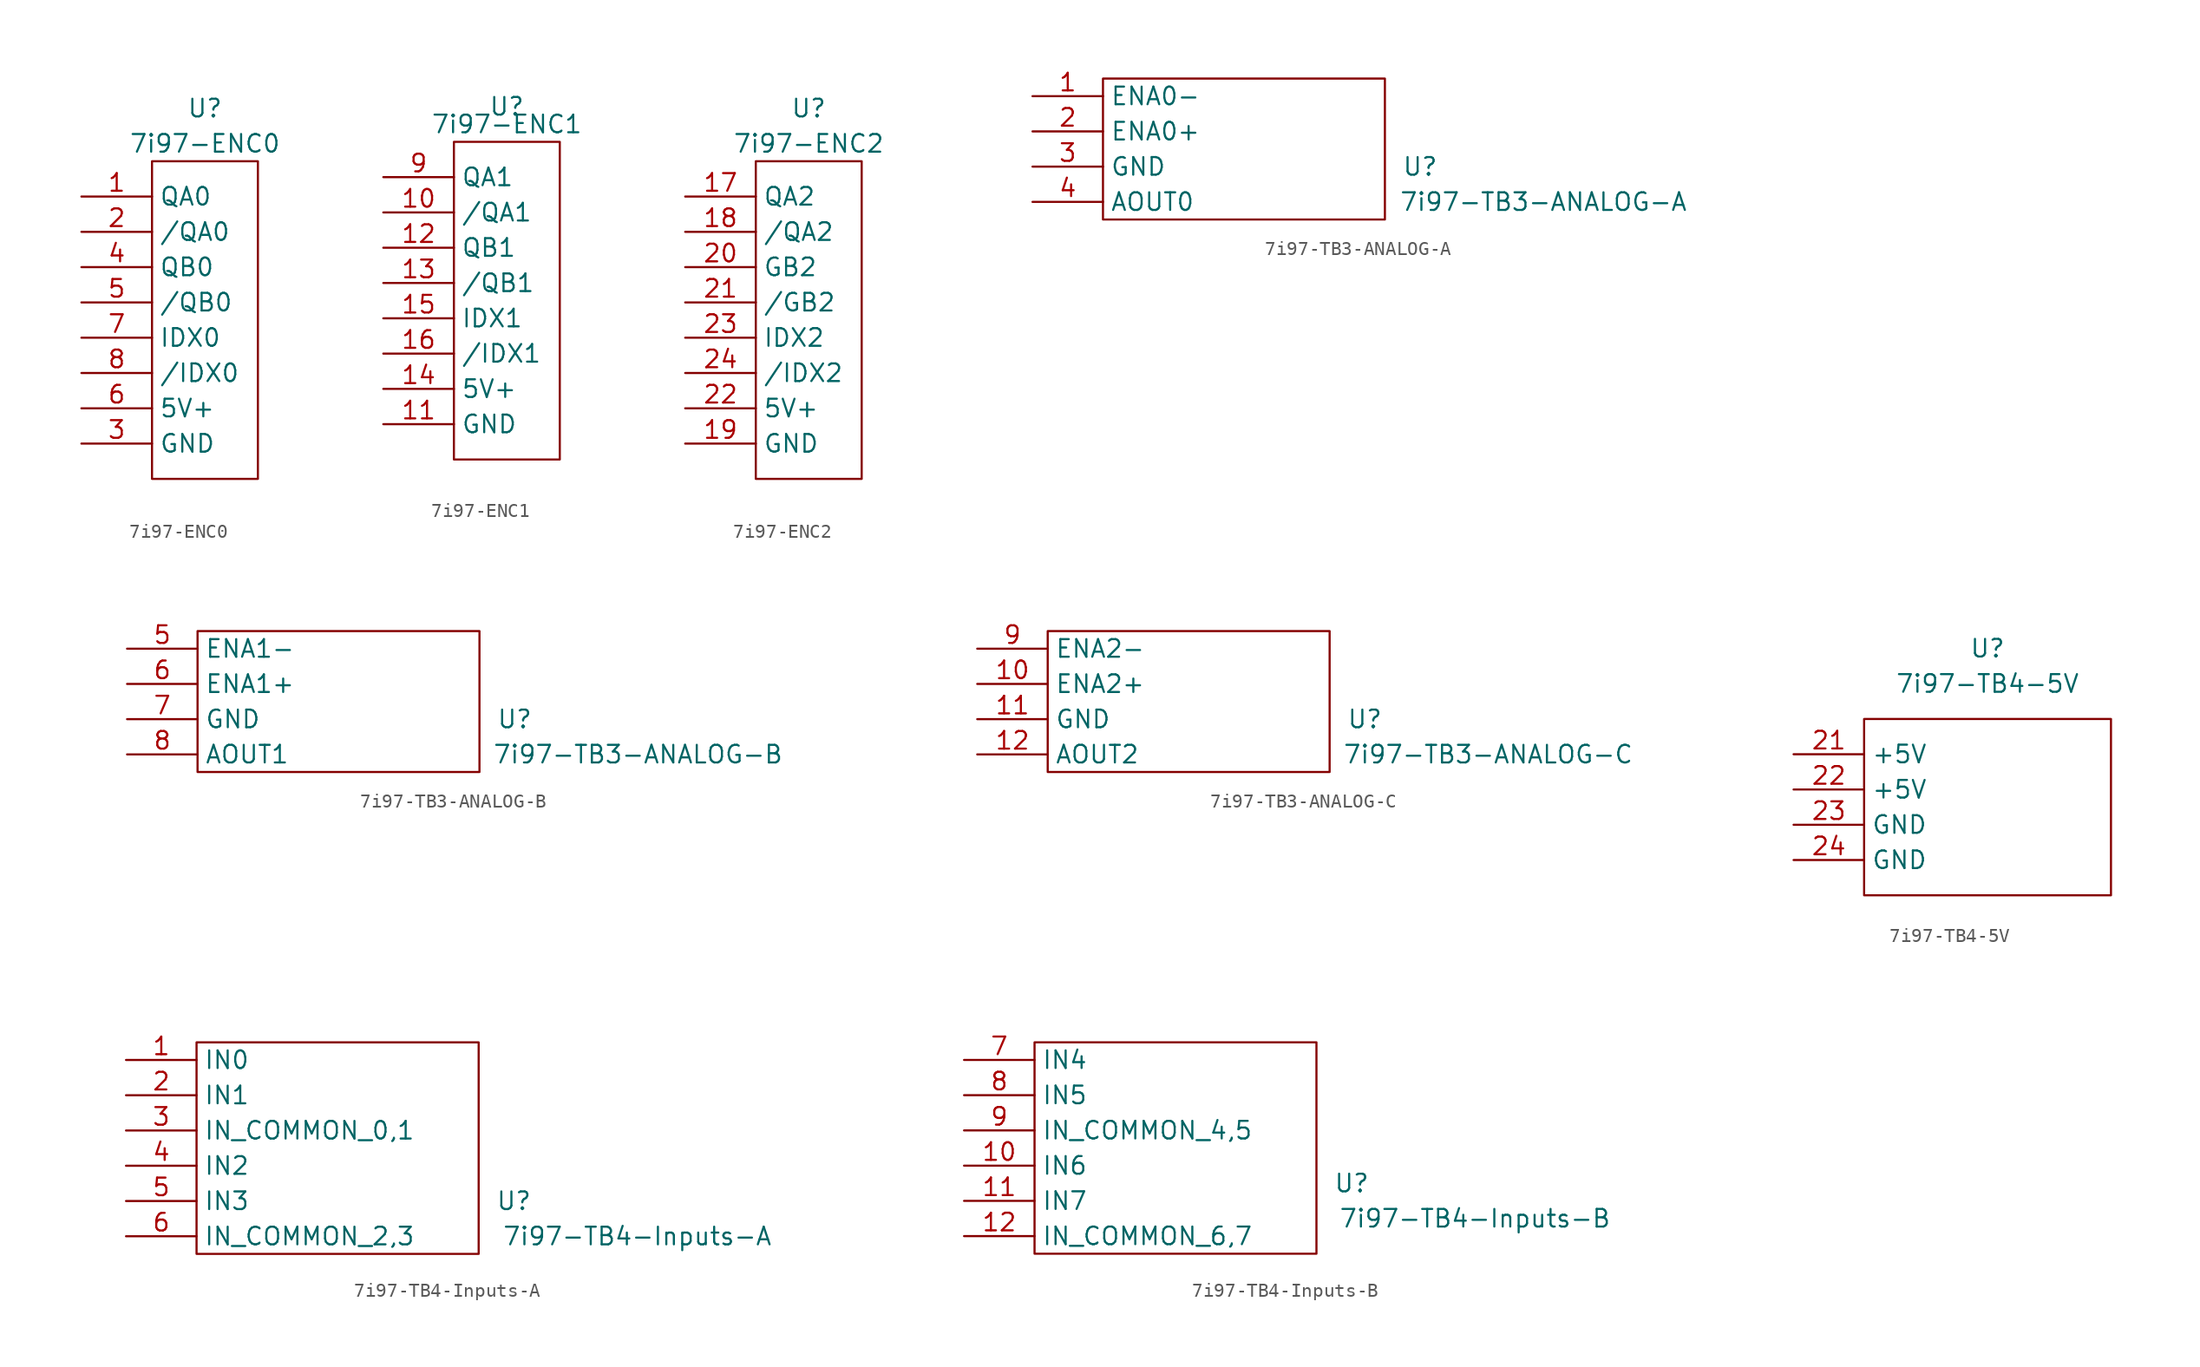
<source format=kicad_sym>
(kicad_symbol_lib
  (version 20220914)
  (generator kicad_symbol_editor)
  (symbol "7i97-ENC0"
    (property "Reference" "U"
      (at 0 15.24 0)
      (effects (font (size 1.27 1.27))))
    (property "Value" "7i97-ENC0"
      (at 0 12.7 0)
      (effects (font (size 1.27 1.27))))
    (symbol "7i97-ENC0_0_1"
      (rectangle (start -3.81 11.43) (end 3.81 -11.43) (stroke (width 0.152) (type default)) (fill (type none))))
    (symbol "7i97-ENC0_1_1"
      (pin passive line (at -8.89 8.89 0) (length 5.08) (name "QA0" (effects (font (size 1.27 1.27)))) (number "1" (effects (font (size 1.27 1.27)))))
      (pin passive line (at -8.89 6.35 0) (length 5.08) (name "/QA0" (effects (font (size 1.27 1.27)))) (number "2" (effects (font (size 1.27 1.27)))))
      (pin passive line (at -8.89 -8.89 0) (length 5.08) (name "GND" (effects (font (size 1.27 1.27)))) (number "3" (effects (font (size 1.27 1.27)))))
      (pin passive line (at -8.89 3.81 0) (length 5.08) (name "QB0" (effects (font (size 1.27 1.27)))) (number "4" (effects (font (size 1.27 1.27)))))
      (pin passive line (at -8.89 1.27 0) (length 5.08) (name "/QB0" (effects (font (size 1.27 1.27)))) (number "5" (effects (font (size 1.27 1.27)))))
      (pin passive line (at -8.89 -6.35 0) (length 5.08) (name "5V+" (effects (font (size 1.27 1.27)))) (number "6" (effects (font (size 1.27 1.27)))))
      (pin passive line (at -8.89 -1.27 0) (length 5.08) (name "IDX0" (effects (font (size 1.27 1.27)))) (number "7" (effects (font (size 1.27 1.27)))))
      (pin passive line (at -8.89 -3.81 0) (length 5.08) (name "/IDX0" (effects (font (size 1.27 1.27)))) (number "8" (effects (font (size 1.27 1.27)))))))
  (symbol "7i97-ENC1"
    (property "Reference" "U"
      (at 0 13.97 0)
      (effects (font (size 1.27 1.27))))
    (property "Value" "7i97-ENC1"
      (at 0 12.7 0)
      (effects (font (size 1.27 1.27))))
    (symbol "7i97-ENC1_0_1"
      (rectangle (start -3.81 11.43) (end 3.81 -11.43) (stroke (width 0.152) (type default)) (fill (type none))))
    (symbol "7i97-ENC1_1_1"
      (pin passive line (at -8.89 6.35 0) (length 5.08) (name "/QA1" (effects (font (size 1.27 1.27)))) (number "10" (effects (font (size 1.27 1.27)))))
      (pin passive line (at -8.89 -8.89 0) (length 5.08) (name "GND" (effects (font (size 1.27 1.27)))) (number "11" (effects (font (size 1.27 1.27)))))
      (pin passive line (at -8.89 3.81 0) (length 5.08) (name "QB1" (effects (font (size 1.27 1.27)))) (number "12" (effects (font (size 1.27 1.27)))))
      (pin passive line (at -8.89 1.27 0) (length 5.08) (name "/QB1" (effects (font (size 1.27 1.27)))) (number "13" (effects (font (size 1.27 1.27)))))
      (pin passive line (at -8.89 -6.35 0) (length 5.08) (name "5V+" (effects (font (size 1.27 1.27)))) (number "14" (effects (font (size 1.27 1.27)))))
      (pin passive line (at -8.89 -1.27 0) (length 5.08) (name "IDX1" (effects (font (size 1.27 1.27)))) (number "15" (effects (font (size 1.27 1.27)))))
      (pin passive line (at -8.89 -3.81 0) (length 5.08) (name "/IDX1" (effects (font (size 1.27 1.27)))) (number "16" (effects (font (size 1.27 1.27)))))
      (pin passive line (at -8.89 8.89 0) (length 5.08) (name "QA1" (effects (font (size 1.27 1.27)))) (number "9" (effects (font (size 1.27 1.27)))))))
  (symbol "7i97-ENC2"
    (property "Reference" "U"
      (at 0 15.24 0)
      (effects (font (size 1.27 1.27))))
    (property "Value" "7i97-ENC2"
      (at 0 12.7 0)
      (effects (font (size 1.27 1.27))))
    (symbol "7i97-ENC2_0_1"
      (rectangle (start -3.81 11.43) (end 3.81 -11.43) (stroke (width 0.152) (type default)) (fill (type none))))
    (symbol "7i97-ENC2_1_1"
      (pin passive line (at -8.89 8.89 0) (length 5.08) (name "QA2" (effects (font (size 1.27 1.27)))) (number "17" (effects (font (size 1.27 1.27)))))
      (pin passive line (at -8.89 6.35 0) (length 5.08) (name "/QA2" (effects (font (size 1.27 1.27)))) (number "18" (effects (font (size 1.27 1.27)))))
      (pin passive line (at -8.89 -8.89 0) (length 5.08) (name "GND" (effects (font (size 1.27 1.27)))) (number "19" (effects (font (size 1.27 1.27)))))
      (pin passive line (at -8.89 3.81 0) (length 5.08) (name "GB2" (effects (font (size 1.27 1.27)))) (number "20" (effects (font (size 1.27 1.27)))))
      (pin passive line (at -8.89 1.27 0) (length 5.08) (name "/GB2" (effects (font (size 1.27 1.27)))) (number "21" (effects (font (size 1.27 1.27)))))
      (pin passive line (at -8.89 -6.35 0) (length 5.08) (name "5V+" (effects (font (size 1.27 1.27)))) (number "22" (effects (font (size 1.27 1.27)))))
      (pin passive line (at -8.89 -1.27 0) (length 5.08) (name "IDX2" (effects (font (size 1.27 1.27)))) (number "23" (effects (font (size 1.27 1.27)))))
      (pin passive line (at -8.89 -3.81 0) (length 5.08) (name "/IDX2" (effects (font (size 1.27 1.27)))) (number "24" (effects (font (size 1.27 1.27)))))))
  (symbol "7i97-TB3-ANALOG-A"
    (property "Reference" "U"
      (at 12.7 -1.27 0)
      (effects (font (size 1.27 1.27))))
    (property "Value" "7i97-TB3-ANALOG-A"
      (at 21.59 -3.81 0)
      (effects (font (size 1.27 1.27))))
    (symbol "7i97-TB3-ANALOG-A_0_1"
      (rectangle (start -10.16 5.08) (end 10.16 -5.08) (stroke (width 0.152) (type default)) (fill (type none))))
    (symbol "7i97-TB3-ANALOG-A_1_1"
      (pin passive line (at -15.24 3.81 0) (length 5.08) (name "ENA0-" (effects (font (size 1.27 1.27)))) (number "1" (effects (font (size 1.27 1.27)))))
      (pin passive line (at -15.24 1.27 0) (length 5.08) (name "ENA0+" (effects (font (size 1.27 1.27)))) (number "2" (effects (font (size 1.27 1.27)))))
      (pin passive line (at -15.24 -1.27 0) (length 5.08) (name "GND" (effects (font (size 1.27 1.27)))) (number "3" (effects (font (size 1.27 1.27)))))
      (pin passive line (at -15.24 -3.81 0) (length 5.08) (name "AOUT0" (effects (font (size 1.27 1.27)))) (number "4" (effects (font (size 1.27 1.27)))))))
  (symbol "7i97-TB3-ANALOG-B"
    (property "Reference" "U"
      (at 12.7 -1.27 0)
      (effects (font (size 1.27 1.27))))
    (property "Value" "7i97-TB3-ANALOG-B"
      (at 21.59 -3.81 0)
      (effects (font (size 1.27 1.27))))
    (symbol "7i97-TB3-ANALOG-B_0_1"
      (rectangle (start -10.16 5.08) (end 10.16 -5.08) (stroke (width 0.152) (type default)) (fill (type none))))
    (symbol "7i97-TB3-ANALOG-B_1_1"
      (pin passive line (at -15.24 3.81 0) (length 5.08) (name "ENA1-" (effects (font (size 1.27 1.27)))) (number "5" (effects (font (size 1.27 1.27)))))
      (pin passive line (at -15.24 1.27 0) (length 5.08) (name "ENA1+" (effects (font (size 1.27 1.27)))) (number "6" (effects (font (size 1.27 1.27)))))
      (pin passive line (at -15.24 -1.27 0) (length 5.08) (name "GND" (effects (font (size 1.27 1.27)))) (number "7" (effects (font (size 1.27 1.27)))))
      (pin passive line (at -15.24 -3.81 0) (length 5.08) (name "AOUT1" (effects (font (size 1.27 1.27)))) (number "8" (effects (font (size 1.27 1.27)))))))
  (symbol "7i97-TB3-ANALOG-C"
    (property "Reference" "U"
      (at 12.7 -1.27 0)
      (effects (font (size 1.27 1.27))))
    (property "Value" "7i97-TB3-ANALOG-C"
      (at 21.59 -3.81 0)
      (effects (font (size 1.27 1.27))))
    (symbol "7i97-TB3-ANALOG-C_0_1"
      (rectangle (start -10.16 5.08) (end 10.16 -5.08) (stroke (width 0.152) (type default)) (fill (type none))))
    (symbol "7i97-TB3-ANALOG-C_1_1"
      (pin passive line (at -15.24 1.27 0) (length 5.08) (name "ENA2+" (effects (font (size 1.27 1.27)))) (number "10" (effects (font (size 1.27 1.27)))))
      (pin passive line (at -15.24 -1.27 0) (length 5.08) (name "GND" (effects (font (size 1.27 1.27)))) (number "11" (effects (font (size 1.27 1.27)))))
      (pin passive line (at -15.24 -3.81 0) (length 5.08) (name "AOUT2" (effects (font (size 1.27 1.27)))) (number "12" (effects (font (size 1.27 1.27)))))
      (pin passive line (at -15.24 3.81 0) (length 5.08) (name "ENA2-" (effects (font (size 1.27 1.27)))) (number "9" (effects (font (size 1.27 1.27)))))))
  (symbol "7i97-TB4-5V"
    (property "Reference" "U"
      (at 0 11.43 0)
      (effects (font (size 1.27 1.27))))
    (property "Value" "7i97-TB4-5V"
      (at 0 8.89 0)
      (effects (font (size 1.27 1.27))))
    (symbol "7i97-TB4-5V_0_1"
      (rectangle (start -8.89 6.35) (end 8.89 -6.35) (stroke (width 0.152) (type default)) (fill (type none))))
    (symbol "7i97-TB4-5V_1_1"
      (pin passive line (at -13.97 3.81 0) (length 5.08) (name "+5V" (effects (font (size 1.27 1.27)))) (number "21" (effects (font (size 1.27 1.27)))))
      (pin passive line (at -13.97 1.27 0) (length 5.08) (name "+5V" (effects (font (size 1.27 1.27)))) (number "22" (effects (font (size 1.27 1.27)))))
      (pin passive line (at -13.97 -1.27 0) (length 5.08) (name "GND" (effects (font (size 1.27 1.27)))) (number "23" (effects (font (size 1.27 1.27)))))
      (pin passive line (at -13.97 -3.81 0) (length 5.08) (name "GND" (effects (font (size 1.27 1.27)))) (number "24" (effects (font (size 1.27 1.27)))))))
  (symbol "7i97-TB4-Inputs-A"
    (property "Reference" "U"
      (at 12.7 -3.81 0)
      (effects (font (size 1.27 1.27))))
    (property "Value" "7i97-TB4-Inputs-A"
      (at 21.59 -6.35 0)
      (effects (font (size 1.27 1.27))))
    (symbol "7i97-TB4-Inputs-A_0_1"
      (rectangle (start -10.16 7.62) (end 10.16 -7.62) (stroke (width 0.152) (type default)) (fill (type none))))
    (symbol "7i97-TB4-Inputs-A_1_1"
      (pin passive line (at -15.24 6.35 0) (length 5.08) (name "IN0" (effects (font (size 1.27 1.27)))) (number "1" (effects (font (size 1.27 1.27)))))
      (pin passive line (at -15.24 3.81 0) (length 5.08) (name "IN1" (effects (font (size 1.27 1.27)))) (number "2" (effects (font (size 1.27 1.27)))))
      (pin passive line (at -15.24 1.27 0) (length 5.08) (name "IN_COMMON_0,1" (effects (font (size 1.27 1.27)))) (number "3" (effects (font (size 1.27 1.27)))))
      (pin passive line (at -15.24 -1.27 0) (length 5.08) (name "IN2" (effects (font (size 1.27 1.27)))) (number "4" (effects (font (size 1.27 1.27)))))
      (pin passive line (at -15.24 -3.81 0) (length 5.08) (name "IN3" (effects (font (size 1.27 1.27)))) (number "5" (effects (font (size 1.27 1.27)))))
      (pin passive line (at -15.24 -6.35 0) (length 5.08) (name "IN_COMMON_2,3" (effects (font (size 1.27 1.27)))) (number "6" (effects (font (size 1.27 1.27)))))))
  (symbol "7i97-TB4-Inputs-B"
    (property "Reference" "U"
      (at 12.7 -2.54 0)
      (effects (font (size 1.27 1.27))))
    (property "Value" "7i97-TB4-Inputs-B"
      (at 21.59 -5.08 0)
      (effects (font (size 1.27 1.27))))
    (symbol "7i97-TB4-Inputs-B_0_1"
      (rectangle (start -10.16 7.62) (end 10.16 -7.62) (stroke (width 0.152) (type default)) (fill (type none))))
    (symbol "7i97-TB4-Inputs-B_1_1"
      (pin passive line (at -15.24 -1.27 0) (length 5.08) (name "IN6" (effects (font (size 1.27 1.27)))) (number "10" (effects (font (size 1.27 1.27)))))
      (pin passive line (at -15.24 -3.81 0) (length 5.08) (name "IN7" (effects (font (size 1.27 1.27)))) (number "11" (effects (font (size 1.27 1.27)))))
      (pin passive line (at -15.24 -6.35 0) (length 5.08) (name "IN_COMMON_6,7" (effects (font (size 1.27 1.27)))) (number "12" (effects (font (size 1.27 1.27)))))
      (pin passive line (at -15.24 6.35 0) (length 5.08) (name "IN4" (effects (font (size 1.27 1.27)))) (number "7" (effects (font (size 1.27 1.27)))))
      (pin passive line (at -15.24 3.81 0) (length 5.08) (name "IN5" (effects (font (size 1.27 1.27)))) (number "8" (effects (font (size 1.27 1.27)))))
      (pin passive line (at -15.24 1.27 0) (length 5.08) (name "IN_COMMON_4,5" (effects (font (size 1.27 1.27)))) (number "9" (effects (font (size 1.27 1.27))))))))
</source>
